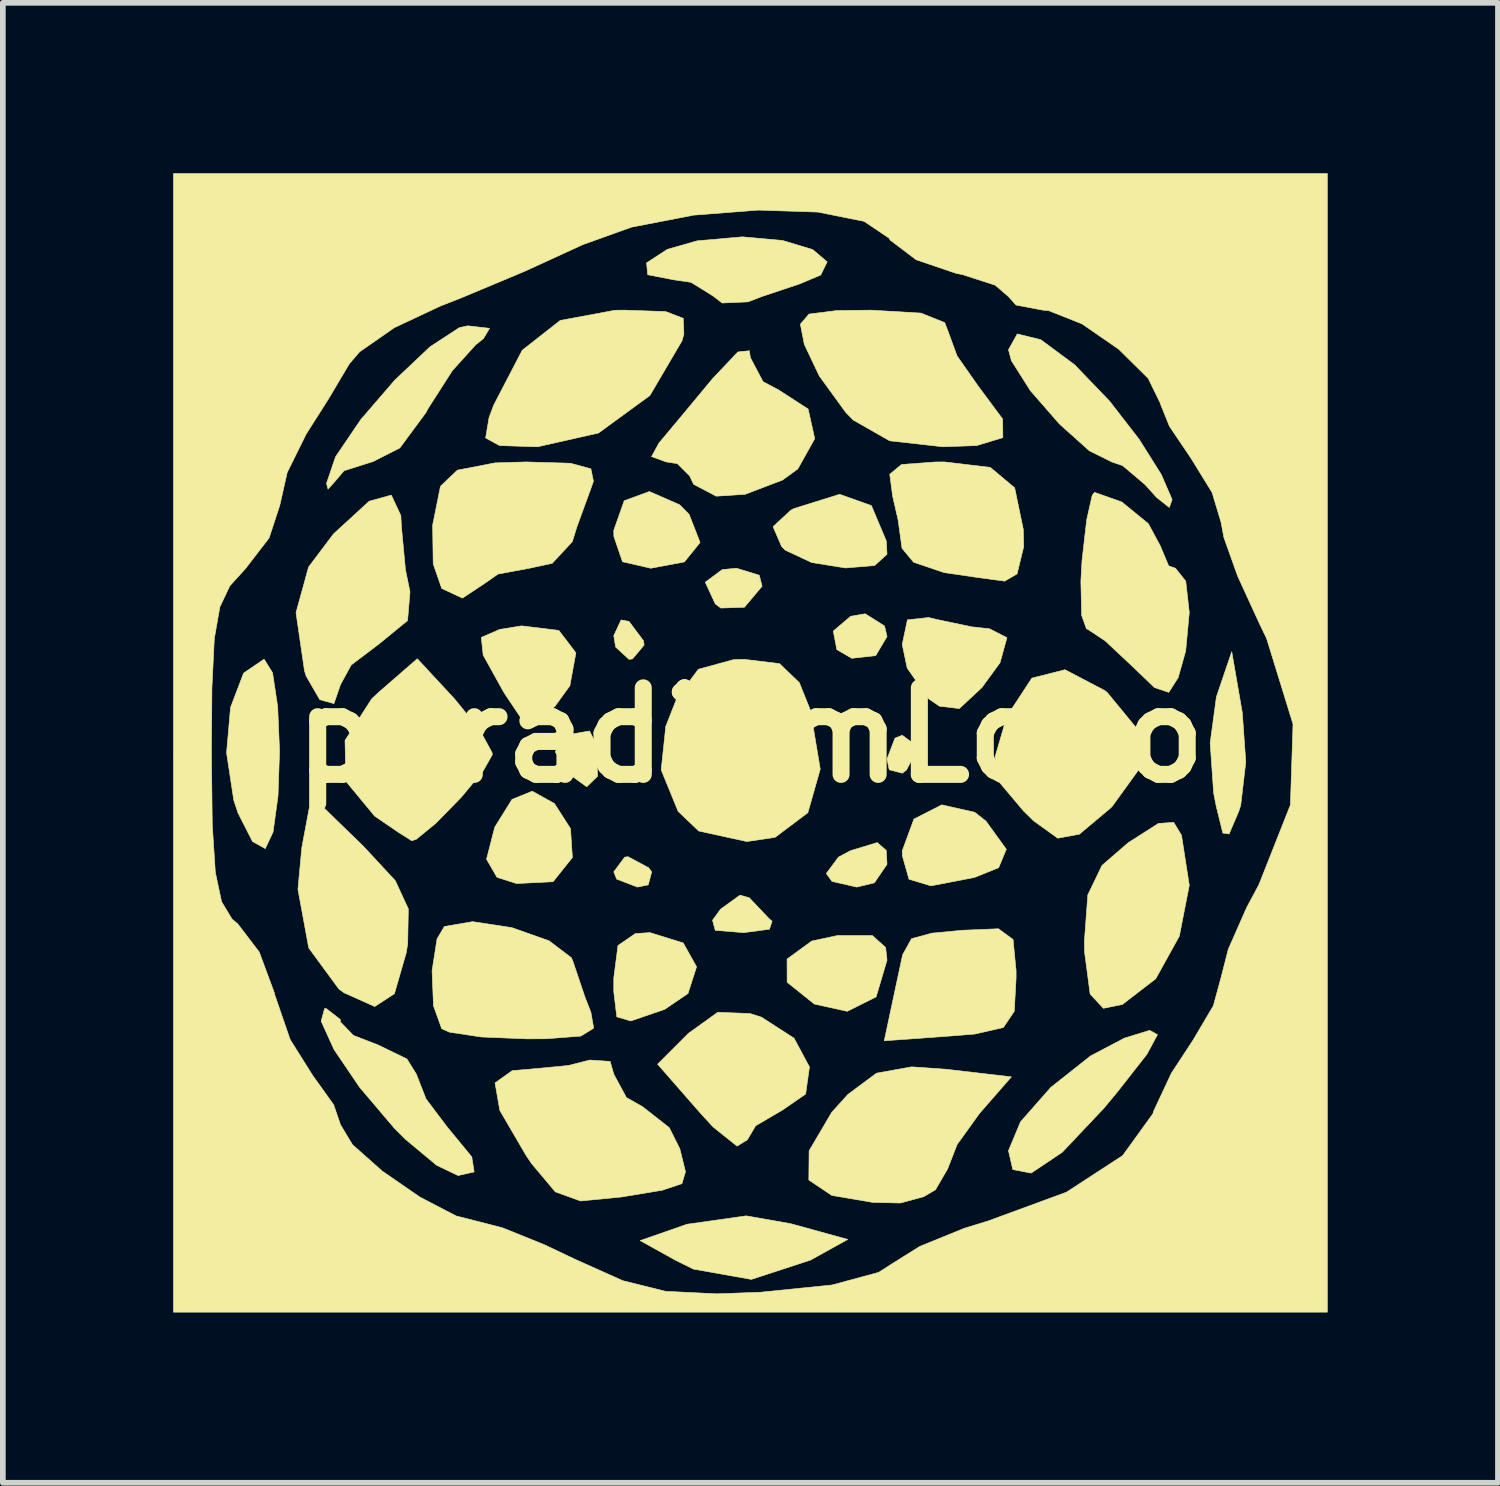
<source format=kicad_pcb>
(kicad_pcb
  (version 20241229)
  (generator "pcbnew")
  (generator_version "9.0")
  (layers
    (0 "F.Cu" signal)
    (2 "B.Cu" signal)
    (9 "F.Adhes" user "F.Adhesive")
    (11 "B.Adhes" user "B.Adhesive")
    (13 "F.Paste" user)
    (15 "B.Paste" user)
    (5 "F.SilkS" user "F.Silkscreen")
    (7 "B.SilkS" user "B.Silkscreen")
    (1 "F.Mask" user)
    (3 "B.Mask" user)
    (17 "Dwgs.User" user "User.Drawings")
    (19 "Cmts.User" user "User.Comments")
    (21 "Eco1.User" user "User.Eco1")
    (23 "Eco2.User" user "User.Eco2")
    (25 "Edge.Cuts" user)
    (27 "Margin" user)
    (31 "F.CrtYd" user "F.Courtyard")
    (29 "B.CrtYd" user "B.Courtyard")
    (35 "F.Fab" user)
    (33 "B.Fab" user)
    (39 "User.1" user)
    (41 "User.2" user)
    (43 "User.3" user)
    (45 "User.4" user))
  (footprint "paradigmLogo"
    (layer "F.Cu")
    (at 10.165 9.898)
    (property "Reference" "paradigmLogo" (at 0 0 0) (layer "F.SilkS") (effects (font (size 1.524 1.524) (thickness 0.3))))
    (attr through_hole)
    (fp_poly (pts (xy -2.72 0.146) (xy -2.69 0.721) (xy -2.883 0.908) (xy -3.201 0.677) (xy -3.438 0.292) (xy -3.274 0.041) (xy -3.191 -0.013) (xy -2.834 -0.075) (xy -2.72 0.146)) (stroke (width 0.01) (type solid)) (fill yes) (layer "F.SilkS"))
    (fp_poly (pts (xy -2.139 -2.005) (xy -1.882 -1.663) (xy -1.872 -1.588) (xy -2.076 -1.344) (xy -2.139 -1.337) (xy -2.374 -1.554) (xy -2.406 -1.754) (xy -2.277 -2.03) (xy -2.139 -2.005)) (stroke (width 0.01) (type solid)) (fill yes) (layer "F.SilkS"))
    (fp_poly (pts (xy -1.793 2.333) (xy -1.738 2.406) (xy -1.799 2.635) (xy -1.989 2.674) (xy -2.355 2.534) (xy -2.406 2.406) (xy -2.214 2.147) (xy -2.155 2.139) (xy -1.793 2.333)) (stroke (width 0.01) (type solid)) (fill yes) (layer "F.SilkS"))
    (fp_poly (pts (xy 0.156 -2.818) (xy 0.206 -2.624) (xy -0.105 -2.254) (xy -0.52 -2.24) (xy -0.618 -2.312) (xy -0.795 -2.695) (xy -0.496 -2.917) (xy -0.245 -2.941) (xy 0.156 -2.818)) (stroke (width 0.01) (type solid)) (fill yes) (layer "F.SilkS"))
    (fp_poly (pts (xy 2.362 -1.925) (xy 2.406 -1.738) (xy 2.207 -1.402) (xy 1.785 -1.355) (xy 1.522 -1.508) (xy 1.46 -1.835) (xy 1.766 -2.095) (xy 2.021 -2.139) (xy 2.362 -1.925)) (stroke (width 0.01) (type solid)) (fill yes) (layer "F.SilkS"))
    (fp_poly (pts (xy 2.933 0.192) (xy 2.941 0.252) (xy 2.747 0.614) (xy 2.674 0.668) (xy 2.445 0.608) (xy 2.406 0.417) (xy 2.546 0.051) (xy 2.674 0) (xy 2.933 0.192)) (stroke (width 0.01) (type solid)) (fill yes) (layer "F.SilkS"))
    (fp_poly (pts (xy 0.711 8.602) (xy 1.715 8.879) (xy 1.058 9.243) (xy 0.017 9.583) (xy -1.002 9.402) (xy -1.305 9.253) (xy -1.942 8.9) (xy -1.117 8.612) (xy -0.073 8.464) (xy 0.711 8.602)) (stroke (width 0.01) (type solid)) (fill yes) (layer "F.SilkS"))
    (fp_poly (pts (xy 2.392 2.028) (xy 2.406 2.273) (xy 2.183 2.599) (xy 1.872 2.674) (xy 1.437 2.574) (xy 1.337 2.435) (xy 1.551 2.146) (xy 1.76 2.034) (xy 2.234 1.89) (xy 2.392 2.028)) (stroke (width 0.01) (type solid)) (fill yes) (layer "F.SilkS"))
    (fp_poly (pts (xy -3.451 1.203) (xy -3.168 1.644) (xy -3.135 2.154) (xy -3.475 2.579) (xy -4.118 2.612) (xy -4.463 2.502) (xy -4.647 2.183) (xy -4.502 1.619) (xy -4.198 1.13) (xy -3.842 0.985) (xy -3.451 1.203)) (stroke (width 0.01) (type solid)) (fill yes) (layer "F.SilkS"))
    (fp_poly (pts (xy -1.247 -4.059) (xy -1.079 -3.889) (xy -0.886 -3.395) (xy -1.163 -3.052) (xy -1.754 -2.941) (xy -2.252 -3.055) (xy -2.404 -3.499) (xy -2.406 -3.609) (xy -2.222 -4.13) (xy -1.779 -4.292) (xy -1.247 -4.059)) (stroke (width 0.01) (type solid)) (fill yes) (layer "F.SilkS"))
    (fp_poly (pts (xy -0.02 2.862) (xy 0.331 3.232) (xy 0.382 3.275) (xy 0.335 3.416) (xy -0.115 3.476) (xy -0.122 3.476) (xy -0.619 3.436) (xy -0.667 3.258) (xy -0.524 3.062) (xy -0.183 2.816) (xy -0.02 2.862)) (stroke (width 0.01) (type solid)) (fill yes) (layer "F.SilkS"))
    (fp_poly (pts (xy 2.146 3.526) (xy 2.382 3.738) (xy 2.406 3.961) (xy 2.214 4.608) (xy 1.705 4.862) (xy 1.126 4.734) (xy 0.647 4.35) (xy 0.646 3.941) (xy 1.08 3.624) (xy 1.54 3.526) (xy 2.146 3.526)) (stroke (width 0.01) (type solid)) (fill yes) (layer "F.SilkS"))
    (fp_poly (pts (xy -1.183 3.658) (xy -0.948 4.078) (xy -1.099 4.548) (xy -1.509 4.827) (xy -2.106 5.032) (xy -2.353 4.959) (xy -2.406 4.514) (xy -2.406 4.278) (xy -2.332 3.703) (xy -2.027 3.493) (xy -1.769 3.476) (xy -1.183 3.658)) (stroke (width 0.01) (type solid)) (fill yes) (layer "F.SilkS"))
    (fp_poly (pts (xy 3.951 1.357) (xy 4.149 1.513) (xy 4.507 2.008) (xy 4.372 2.333) (xy 3.944 2.505) (xy 3.18 2.652) (xy 2.793 2.536) (xy 2.675 2.117) (xy 2.674 2.036) (xy 2.88 1.476) (xy 3.37 1.226) (xy 3.951 1.357)) (stroke (width 0.01) (type solid)) (fill yes) (layer "F.SilkS"))
    (fp_poly (pts (xy -3.374 -1.846) (xy -3.073 -1.452) (xy -3.179 -0.872) (xy -3.44 -0.512) (xy -3.773 -0.205) (xy -4.011 -0.26) (xy -4.324 -0.727) (xy -4.358 -0.784) (xy -4.706 -1.411) (xy -4.739 -1.723) (xy -4.414 -1.864) (xy -4.029 -1.926) (xy -3.374 -1.846)) (stroke (width 0.01) (type solid)) (fill yes) (layer "F.SilkS"))
    (fp_poly (pts (xy 2.131 -4.044) (xy 2.393 -3.422) (xy 2.406 -3.187) (xy 2.188 -2.989) (xy 1.675 -2.946) (xy 1.08 -3.041) (xy 0.615 -3.259) (xy 0.55 -3.323) (xy 0.399 -3.672) (xy 0.707 -3.959) (xy 0.767 -3.992) (xy 1.571 -4.243) (xy 2.131 -4.044)) (stroke (width 0.01) (type solid)) (fill yes) (layer "F.SilkS"))
    (fp_poly (pts (xy 8.663 -0.394) (xy 8.724 0.473) (xy 8.635 1.234) (xy 8.599 1.344) (xy 8.43 1.739) (xy 8.32 1.722) (xy 8.202 1.243) (xy 8.158 1.017) (xy 8.097 0.136) (xy 8.206 -0.671) (xy 8.222 -0.721) (xy 8.477 -1.471) (xy 8.663 -0.394)) (stroke (width 0.01) (type solid)) (fill yes) (layer "F.SilkS"))
    (fp_poly (pts (xy -6.815 1.956) (xy -6.254 2.561) (xy -6.024 3.058) (xy -6.035 3.667) (xy -6.06 3.828) (xy -6.269 4.552) (xy -6.616 4.778) (xy -7.155 4.536) (xy -7.247 4.469) (xy -7.778 3.746) (xy -7.968 2.714) (xy -7.9 1.981) (xy -7.729 1.068) (xy -6.815 1.956)) (stroke (width 0.01) (type solid)) (fill yes) (layer "F.SilkS"))
    (fp_poly (pts (xy 3.275 -2.04) (xy 3.897 -1.909) (xy 4.211 -1.875) (xy 4.518 -1.718) (xy 4.396 -1.277) (xy 4.077 -0.84) (xy 3.68 -0.47) (xy 3.33 -0.511) (xy 3.142 -0.639) (xy 2.761 -1.183) (xy 2.674 -1.598) (xy 2.765 -2.032) (xy 3.138 -2.073) (xy 3.275 -2.04)) (stroke (width 0.01) (type solid)) (fill yes) (layer "F.SilkS"))
    (fp_poly (pts (xy 7.169 5.273) (xy 6.984 5.617) (xy 6.461 6.284) (xy 6.227 6.566) (xy 5.491 7.345) (xy 4.944 7.711) (xy 4.621 7.649) (xy 4.545 7.316) (xy 4.757 6.808) (xy 5.29 6.202) (xy 5.991 5.647) (xy 6.586 5.334) (xy 7.031 5.197) (xy 7.169 5.273)) (stroke (width 0.01) (type solid)) (fill yes) (layer "F.SilkS"))
    (fp_poly (pts (xy -8.415 -1.1) (xy -8.325 -0.504) (xy -8.292 0.277) (xy -8.319 1.071) (xy -8.406 1.704) (xy -8.543 1.997) (xy -8.768 1.872) (xy -9.024 1.368) (xy -9.098 1.144) (xy -9.225 0.311) (xy -9.155 -0.49) (xy -8.925 -1.094) (xy -8.569 -1.337) (xy -8.562 -1.337) (xy -8.415 -1.1)) (stroke (width 0.01) (type solid)) (fill yes) (layer "F.SilkS"))
    (fp_poly (pts (xy -0.006 4.901) (xy 0.195 4.965) (xy 0.769 5.336) (xy 1.04 5.841) (xy 0.973 6.319) (xy 0.57 6.597) (xy 0.092 6.878) (xy -0.053 7.124) (xy -0.235 7.236) (xy -0.656 6.899) (xy -0.884 6.651) (xy -1.634 5.793) (xy -1.09 5.249) (xy -0.575 4.879) (xy -0.006 4.901)) (stroke (width 0.01) (type solid)) (fill yes) (layer "F.SilkS"))
    (fp_poly (pts (xy 4.626 3.597) (xy 4.679 4.148) (xy 4.679 4.278) (xy 4.647 4.862) (xy 4.455 5.147) (xy 3.953 5.262) (xy 3.518 5.297) (xy 2.357 5.381) (xy 2.546 4.495) (xy 2.681 3.866) (xy 2.838 3.582) (xy 3.199 3.485) (xy 3.743 3.434) (xy 4.368 3.408) (xy 4.626 3.597)) (stroke (width 0.01) (type solid)) (fill yes) (layer "F.SilkS"))
    (fp_poly (pts (xy 7.592 1.761) (xy 7.729 2.643) (xy 7.554 3.538) (xy 7.138 4.289) (xy 6.55 4.742) (xy 6.216 4.809) (xy 5.983 4.558) (xy 5.885 3.818) (xy 5.882 3.628) (xy 5.942 2.812) (xy 6.192 2.292) (xy 6.656 1.891) (xy 7.186 1.553) (xy 7.455 1.535) (xy 7.592 1.761)) (stroke (width 0.01) (type solid)) (fill yes) (layer "F.SilkS"))
    (fp_poly (pts (xy -1.491 -7.461) (xy -1.183 -7.342) (xy -1.171 -7.064) (xy -1.206 -6.943) (xy -1.77 -5.983) (xy -2.675 -5.322) (xy -3.749 -5.08) (xy -4.417 -5.101) (xy -4.663 -5.235) (xy -4.603 -5.592) (xy -4.52 -5.815) (xy -4.018 -6.78) (xy -3.349 -7.305) (xy -2.386 -7.484) (xy -2.213 -7.486) (xy -1.491 -7.461)) (stroke (width 0.01) (type solid)) (fill yes) (layer "F.SilkS"))
    (fp_poly (pts (xy 0.513 -1.261) (xy 0.862 -0.926) (xy 1.057 -0.44) (xy 1.23 0.597) (xy 1.012 1.364) (xy 0.435 1.798) (xy -0.063 1.872) (xy -0.91 1.687) (xy -1.273 1.34) (xy -1.571 0.611) (xy -1.49 -0.157) (xy -1.294 -0.656) (xy -0.916 -1.162) (xy -0.295 -1.332) (xy -0.112 -1.337) (xy 0.513 -1.261)) (stroke (width 0.01) (type solid)) (fill yes) (layer "F.SilkS"))
    (fp_poly (pts (xy -5.206 -0.635) (xy -4.768 -0.095) (xy -4.55 0.304) (xy -4.545 0.343) (xy -4.709 0.633) (xy -5.093 1.093) (xy -5.538 1.549) (xy -5.884 1.832) (xy -5.963 1.858) (xy -6.194 1.713) (xy -6.617 1.424) (xy -7.123 0.812) (xy -7.139 0.091) (xy -6.669 -0.641) (xy -6.543 -0.759) (xy -5.866 -1.347) (xy -5.206 -0.635)) (stroke (width 0.01) (type solid)) (fill yes) (layer "F.SilkS"))
    (fp_poly (pts (xy 0.567 -8.713) (xy 1.097 -8.553) (xy 1.352 -8.337) (xy 1.239 -8.105) (xy 0.869 -7.949) (xy 0.196 -7.724) (xy -0.04 -7.632) (xy -0.497 -7.612) (xy -0.657 -7.735) (xy -1.045 -7.976) (xy -1.353 -8.021) (xy -1.809 -8.11) (xy -1.828 -8.319) (xy -1.463 -8.557) (xy -0.938 -8.707) (xy -0.142 -8.777) (xy 0.567 -8.713)) (stroke (width 0.01) (type solid)) (fill yes) (layer "F.SilkS"))
    (fp_poly (pts (xy 4.225 -4.717) (xy 4.654 -4.357) (xy 4.806 -3.624) (xy 4.813 -3.32) (xy 4.696 -2.841) (xy 4.478 -2.714) (xy 3.974 -2.782) (xy 3.409 -2.865) (xy 2.874 -3.046) (xy 2.67 -3.293) (xy 2.601 -3.792) (xy 2.505 -4.211) (xy 2.454 -4.596) (xy 2.661 -4.768) (xy 3.252 -4.812) (xy 3.416 -4.813) (xy 4.225 -4.717)) (stroke (width 0.01) (type solid)) (fill yes) (layer "F.SilkS"))
    (fp_poly (pts (xy 6.243 -0.786) (xy 6.288 -0.748) (xy 6.84 -0.076) (xy 6.866 0.569) (xy 6.37 1.255) (xy 6.333 1.29) (xy 5.793 1.743) (xy 5.412 1.813) (xy 4.985 1.506) (xy 4.813 1.337) (xy 4.396 0.842) (xy 4.309 0.379) (xy 4.507 -0.299) (xy 4.525 -0.347) (xy 4.957 -1.006) (xy 5.54 -1.154) (xy 6.243 -0.786)) (stroke (width 0.01) (type solid)) (fill yes) (layer "F.SilkS"))
    (fp_poly (pts (xy -6.156 -3.869) (xy -6.146 -3.676) (xy -6.075 -2.916) (xy -5.995 -2.527) (xy -6.037 -2.02) (xy -6.534 -1.613) (xy -7.03 -1.237) (xy -7.219 -0.891) (xy -7.334 -0.557) (xy -7.583 -0.626) (xy -7.824 -1.043) (xy -7.853 -1.136) (xy -8.002 -2.159) (xy -7.781 -2.962) (xy -7.342 -3.545) (xy -6.714 -4.121) (xy -6.324 -4.229) (xy -6.156 -3.869)) (stroke (width 0.01) (type solid)) (fill yes) (layer "F.SilkS"))
    (fp_poly (pts (xy 3.444 5.882) (xy 4.596 6.016) (xy 4.036 6.658) (xy 3.641 7.207) (xy 3.476 7.63) (xy 3.476 7.632) (xy 3.26 8.004) (xy 3.053 8.126) (xy 2.641 8.238) (xy 2.154 8.227) (xy 1.433 8.104) (xy 1.029 7.833) (xy 1.034 7.318) (xy 1.433 6.64) (xy 1.719 6.324) (xy 2.221 5.951) (xy 2.84 5.84) (xy 3.444 5.882)) (stroke (width 0.01) (type solid)) (fill yes) (layer "F.SilkS"))
    (fp_poly (pts (xy 5.113 -6.966) (xy 5.71 -6.524) (xy 6.327 -5.882) (xy 6.845 -5.213) (xy 7.235 -4.593) (xy 7.427 -4.151) (xy 7.377 -4.011) (xy 7.154 -4.187) (xy 6.952 -4.412) (xy 6.555 -4.748) (xy 6.364 -4.813) (xy 5.969 -5.009) (xy 5.44 -5.484) (xy 4.93 -6.069) (xy 4.597 -6.595) (xy 4.545 -6.789) (xy 4.7 -7.067) (xy 5.113 -6.966)) (stroke (width 0.01) (type solid)) (fill yes) (layer "F.SilkS"))
    (fp_poly (pts (xy -4.202 3.388) (xy -3.546 3.62) (xy -3.153 3.918) (xy -3.128 3.975) (xy -2.912 4.615) (xy -2.809 4.879) (xy -2.76 5.159) (xy -2.985 5.298) (xy -3.594 5.345) (xy -3.937 5.347) (xy -4.738 5.314) (xy -5.3 5.229) (xy -5.436 5.169) (xy -5.581 4.765) (xy -5.606 4.146) (xy -5.518 3.585) (xy -5.389 3.368) (xy -4.893 3.283) (xy -4.202 3.388)) (stroke (width 0.01) (type solid)) (fill yes) (layer "F.SilkS"))
    (fp_poly (pts (xy 3.004 -7.434) (xy 3.422 -7.267) (xy 3.476 -7.126) (xy 3.64 -6.679) (xy 4.011 -6.149) (xy 4.442 -5.569) (xy 4.446 -5.241) (xy 3.984 -5.101) (xy 3.389 -5.08) (xy 2.453 -5.185) (xy 1.812 -5.55) (xy 1.682 -5.682) (xy 1.212 -6.329) (xy 0.949 -6.885) (xy 0.88 -7.239) (xy 1.032 -7.417) (xy 1.52 -7.479) (xy 2.121 -7.486) (xy 3.004 -7.434)) (stroke (width 0.01) (type solid)) (fill yes) (layer "F.SilkS"))
    (fp_poly (pts (xy -7.224 5.004) (xy -7.219 5.051) (xy -6.992 5.286) (xy -6.551 5.457) (xy -6.049 5.701) (xy -5.882 5.97) (xy -5.713 6.404) (xy -5.347 6.89) (xy -4.907 7.425) (xy -4.865 7.69) (xy -5.148 7.754) (xy -5.526 7.573) (xy -6.071 7.119) (xy -6.275 6.915) (xy -6.884 6.197) (xy -7.333 5.534) (xy -7.559 5.037) (xy -7.5 4.815) (xy -7.47 4.813) (xy -7.224 5.004)) (stroke (width 0.01) (type solid)) (fill yes) (layer "F.SilkS"))
    (fp_poly (pts (xy -4.594 -7.166) (xy -4.701 -6.985) (xy -4.838 -6.876) (xy -5.249 -6.421) (xy -5.679 -5.749) (xy -5.714 -5.682) (xy -6.174 -5.059) (xy -6.659 -4.813) (xy -6.669 -4.813) (xy -7.157 -4.658) (xy -7.309 -4.478) (xy -7.438 -4.334) (xy -7.465 -4.435) (xy -7.305 -4.905) (xy -6.861 -5.559) (xy -6.264 -6.252) (xy -5.643 -6.84) (xy -5.126 -7.178) (xy -4.977 -7.21) (xy -4.594 -7.166)) (stroke (width 0.01) (type solid)) (fill yes) (layer "F.SilkS"))
    (fp_poly (pts (xy -3.169 -4.79) (xy -2.809 -4.692) (xy -2.764 -4.473) (xy -2.809 -4.345) (xy -3.055 -3.671) (xy -3.136 -3.409) (xy -3.49 -3.028) (xy -3.892 -2.941) (xy -4.446 -2.838) (xy -4.679 -2.674) (xy -5.071 -2.415) (xy -5.436 -2.585) (xy -5.586 -3.018) (xy -5.596 -3.7) (xy -5.462 -4.365) (xy -5.452 -4.39) (xy -5.161 -4.668) (xy -4.5 -4.796) (xy -3.953 -4.813) (xy -3.169 -4.79)) (stroke (width 0.01) (type solid)) (fill yes) (layer "F.SilkS"))
    (fp_poly (pts (xy -2.47 5.744) (xy -2.406 5.969) (xy -2.184 6.38) (xy -1.9 6.541) (xy -1.429 6.911) (xy -1.243 7.283) (xy -1.143 7.687) (xy -1.206 7.897) (xy -1.553 8.013) (xy -2.273 8.132) (xy -2.991 8.202) (xy -3.435 8.042) (xy -3.851 7.546) (xy -3.944 7.41) (xy -4.413 6.607) (xy -4.497 6.123) (xy -4.195 5.907) (xy -3.899 5.882) (xy -3.206 5.816) (xy -2.829 5.72) (xy -2.47 5.744)) (stroke (width 0.01) (type solid)) (fill yes) (layer "F.SilkS"))
    (fp_poly (pts (xy -0.000327 -6.649) (xy 0.223 -6.226) (xy 0.494 -6.083) (xy 1.017 -5.744) (xy 1.133 -5.222) (xy 0.835 -4.69) (xy 0.567 -4.495) (xy -0.093 -4.243) (xy -0.602 -4.21) (xy -0.999 -4.418) (xy -1.069 -4.565) (xy -1.287 -4.783) (xy -1.481 -4.813) (xy -1.741 -4.907) (xy -1.609 -5.147) (xy -1.257 -5.568) (xy -0.756 -6.171) (xy -0.663 -6.283) (xy -0.22 -6.75) (xy -0.019 -6.771) (xy -0.000327 -6.649)) (stroke (width 0.01) (type solid)) (fill yes) (layer "F.SilkS"))
    (fp_poly (pts (xy 6.541 -4.107) (xy 7.008 -3.726) (xy 7.219 -3.334) (xy 7.219 -3.333) (xy 7.366 -2.983) (xy 7.486 -2.941) (xy 7.667 -2.713) (xy 7.729 -2.161) (xy 7.666 -1.485) (xy 7.534 -1.016) (xy 7.368 -0.755) (xy 7.115 -0.84) (xy 6.723 -1.217) (xy 6.25 -1.66) (xy 5.936 -1.869) (xy 5.919 -1.872) (xy 5.834 -2.109) (xy 5.82 -2.712) (xy 5.84 -3.075) (xy 5.922 -3.792) (xy 6.019 -4.223) (xy 6.06 -4.278) (xy 6.541 -4.107)) (stroke (width 0.01) (type solid)) (fill yes) (layer "F.SilkS"))
    (fp_poly (pts (xy 10.16 10.16) (xy -10.16 10.16) (xy -10.16 0.304) (xy -9.492 0.304) (xy -9.477 1.573) (xy -9.423 2.413) (xy -9.313 2.932) (xy -9.13 3.235) (xy -9.025 3.326) (xy -8.65 3.817) (xy -8.384 4.535) (xy -8.378 4.567) (xy -8.105 5.36) (xy -7.708 5.992) (xy -7.339 6.507) (xy -7.219 6.859) (xy -7.007 7.211) (xy -6.483 7.676) (xy -5.818 8.135) (xy -5.181 8.466) (xy -4.817 8.558) (xy -4.364 8.675) (xy -3.631 8.971) (xy -3.075 9.235) (xy -2.246 9.606) (xy -1.494 9.793) (xy -0.588 9.837) (xy 0.178 9.809) (xy 1.439 9.681) (xy 2.259 9.459) (xy 2.496 9.307) (xy 2.985 9.001) (xy 3.766 8.683) (xy 4.189 8.553) (xy 5.566 8.047) (xy 6.556 7.402) (xy 7.088 6.666) (xy 7.106 6.61) (xy 7.414 5.951) (xy 7.79 5.378) (xy 8.153 4.764) (xy 8.288 4.269) (xy 8.416 3.769) (xy 8.74 3.033) (xy 8.954 2.634) (xy 9.51 1.228) (xy 9.556 -0.196) (xy 9.091 -1.703) (xy 8.956 -1.984) (xy 8.581 -2.802) (xy 8.339 -3.481) (xy 8.288 -3.752) (xy 8.131 -4.274) (xy 7.754 -4.886) (xy 7.38 -5.44) (xy 7.219 -5.839) (xy 7.219 -5.847) (xy 7.005 -6.285) (xy 6.485 -6.799) (xy 5.84 -7.244) (xy 5.251 -7.478) (xy 5.15 -7.486) (xy 4.678 -7.576) (xy 4.545 -7.724) (xy 4.312 -7.925) (xy 3.738 -8.111) (xy 3.617 -8.136) (xy 2.92 -8.373) (xy 2.462 -8.719) (xy 2.439 -8.756) (xy 2.002 -9.05) (xy 1.189 -9.213) (xy 0.141 -9.248) (xy -1 -9.159) (xy -2.092 -8.948) (xy -2.951 -8.64) (xy -3.969 -8.173) (xy -5.095 -7.701) (xy -5.459 -7.559) (xy -6.27 -7.178) (xy -6.881 -6.753) (xy -7.063 -6.541) (xy -7.426 -5.929) (xy -7.821 -5.307) (xy -8.158 -4.626) (xy -8.288 -4.047) (xy -8.476 -3.474) (xy -8.89 -2.936) (xy -9.167 -2.631) (xy -9.343 -2.259) (xy -9.441 -1.7) (xy -9.483 -0.835) (xy -9.492 0.304) (xy -10.16 0.304) (xy -10.16 -9.893) (xy 10.16 -9.893) (xy 10.16 10.16)) (stroke (width 0.01) (type solid)) (fill yes) (layer "F.SilkS")))
  (gr_rect
    (start -3 -3)
    (end 23.33 23.063)
    (stroke (width 0.1) (type default))
    (fill no)
    (layer "Edge.Cuts")))
</source>
